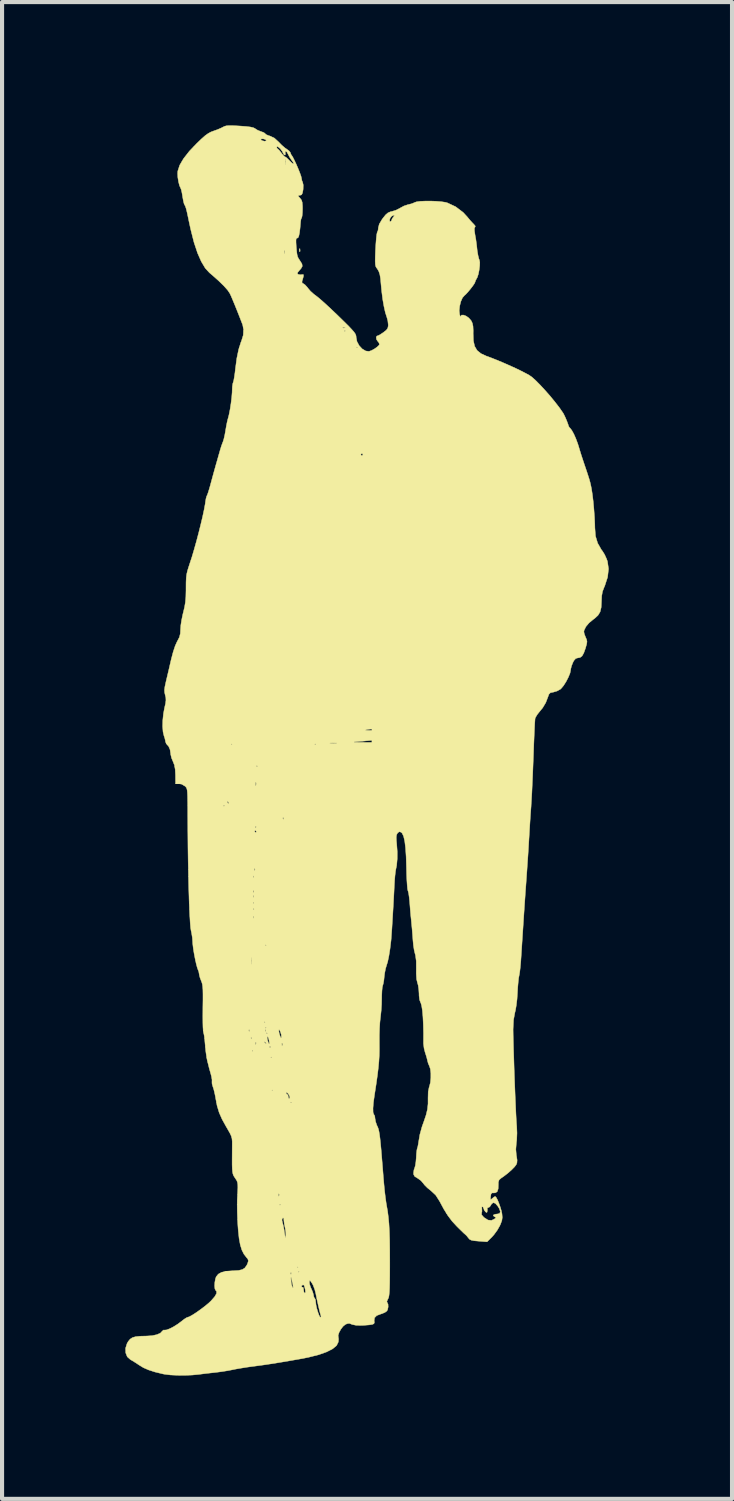
<source format=kicad_pcb>
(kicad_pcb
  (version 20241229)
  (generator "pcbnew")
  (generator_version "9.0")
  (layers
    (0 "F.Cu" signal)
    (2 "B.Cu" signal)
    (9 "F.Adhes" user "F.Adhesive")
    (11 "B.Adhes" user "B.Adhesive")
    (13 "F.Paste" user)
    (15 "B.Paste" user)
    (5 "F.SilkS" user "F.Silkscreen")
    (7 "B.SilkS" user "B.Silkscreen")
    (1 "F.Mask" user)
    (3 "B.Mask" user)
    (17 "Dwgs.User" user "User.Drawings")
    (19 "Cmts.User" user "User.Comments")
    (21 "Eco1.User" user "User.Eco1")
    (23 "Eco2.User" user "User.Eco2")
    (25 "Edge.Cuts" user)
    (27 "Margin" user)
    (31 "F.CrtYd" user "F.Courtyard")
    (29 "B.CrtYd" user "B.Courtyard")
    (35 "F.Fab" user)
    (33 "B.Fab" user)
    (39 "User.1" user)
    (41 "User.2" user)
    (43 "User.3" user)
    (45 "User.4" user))
  (footprint "med2"
    (layer "F.Cu")
    (at 4.871 14.8)
    (property "Reference" "med2" (at 0 0 0) (layer "F.SilkS") (effects (font (size 1.524 1.524) (thickness 0.3))))
    (attr through_hole)
    (fp_poly (pts (xy -0.624 -11.798) (xy -0.62 -11.743) (xy -0.624 -11.731) (xy -0.634 -11.727) (xy -0.637 -11.764) (xy -0.633 -11.802) (xy -0.624 -11.798)) (stroke (width 0.01) (type solid)) (fill yes) (layer "F.SilkS"))
    (fp_poly (pts (xy -2.257 -14.794) (xy -2.124 -14.787) (xy -2.091 -14.785) (xy -1.938 -14.774) (xy -1.831 -14.761) (xy -1.76 -14.745) (xy -1.718 -14.725) (xy -1.713 -14.72) (xy -1.654 -14.683) (xy -1.575 -14.651) (xy -1.567 -14.649) (xy -1.505 -14.626) (xy -1.472 -14.603) (xy -1.471 -14.598) (xy -1.447 -14.577) (xy -1.389 -14.552) (xy -1.358 -14.543) (xy -1.246 -14.491) (xy -1.143 -14.397) (xy -1.068 -14.32) (xy -0.988 -14.251) (xy -0.948 -14.224) (xy -0.89 -14.18) (xy -0.858 -14.142) (xy -0.856 -14.134) (xy -0.838 -14.087) (xy -0.826 -14.072) (xy -0.799 -14.03) (xy -0.76 -13.953) (xy -0.714 -13.855) (xy -0.668 -13.748) (xy -0.628 -13.648) (xy -0.599 -13.568) (xy -0.588 -13.522) (xy -0.576 -13.457) (xy -0.559 -13.418) (xy -0.544 -13.352) (xy -0.546 -13.255) (xy -0.548 -13.232) (xy -0.564 -13.151) (xy -0.585 -13.111) (xy -0.617 -13.101) (xy -0.66 -13.095) (xy -0.661 -13.073) (xy -0.62 -13.026) (xy -0.615 -13.021) (xy -0.586 -12.982) (xy -0.569 -12.927) (xy -0.562 -12.842) (xy -0.561 -12.771) (xy -0.564 -12.673) (xy -0.571 -12.597) (xy -0.58 -12.557) (xy -0.582 -12.555) (xy -0.599 -12.516) (xy -0.607 -12.464) (xy -0.621 -12.301) (xy -0.635 -12.185) (xy -0.651 -12.11) (xy -0.668 -12.07) (xy -0.689 -12.058) (xy -0.71 -12.05) (xy -0.72 -12.019) (xy -0.72 -11.954) (xy -0.715 -11.864) (xy -0.705 -11.745) (xy -0.695 -11.665) (xy -0.682 -11.609) (xy -0.661 -11.564) (xy -0.629 -11.516) (xy -0.622 -11.505) (xy -0.575 -11.43) (xy -0.567 -11.373) (xy -0.598 -11.317) (xy -0.635 -11.276) (xy -0.679 -11.223) (xy -0.685 -11.192) (xy -0.672 -11.178) (xy -0.618 -11.166) (xy -0.581 -11.17) (xy -0.543 -11.173) (xy -0.537 -11.142) (xy -0.541 -11.12) (xy -0.56 -11.05) (xy -0.573 -11.011) (xy -0.572 -10.968) (xy -0.543 -10.951) (xy -0.499 -10.92) (xy -0.445 -10.861) (xy -0.429 -10.839) (xy -0.368 -10.767) (xy -0.284 -10.692) (xy -0.235 -10.656) (xy -0.178 -10.611) (xy -0.09 -10.536) (xy 0.02 -10.437) (xy 0.144 -10.321) (xy 0.276 -10.196) (xy 0.318 -10.155) (xy 0.457 -10.019) (xy 0.563 -9.914) (xy 0.638 -9.834) (xy 0.69 -9.775) (xy 0.721 -9.73) (xy 0.737 -9.694) (xy 0.743 -9.661) (xy 0.743 -9.646) (xy 0.763 -9.542) (xy 0.816 -9.443) (xy 0.89 -9.363) (xy 0.976 -9.312) (xy 1.054 -9.302) (xy 1.114 -9.322) (xy 1.186 -9.361) (xy 1.253 -9.408) (xy 1.299 -9.452) (xy 1.31 -9.475) (xy 1.291 -9.522) (xy 1.27 -9.545) (xy 1.24 -9.589) (xy 1.231 -9.639) (xy 1.244 -9.674) (xy 1.259 -9.679) (xy 1.296 -9.693) (xy 1.358 -9.731) (xy 1.406 -9.763) (xy 1.476 -9.818) (xy 1.511 -9.864) (xy 1.523 -9.919) (xy 1.524 -9.951) (xy 1.513 -10.05) (xy 1.486 -10.146) (xy 1.484 -10.15) (xy 1.452 -10.251) (xy 1.42 -10.394) (xy 1.39 -10.564) (xy 1.366 -10.75) (xy 1.348 -10.934) (xy 1.336 -11.073) (xy 1.319 -11.173) (xy 1.294 -11.248) (xy 1.257 -11.312) (xy 1.233 -11.342) (xy 1.219 -11.371) (xy 1.21 -11.42) (xy 1.206 -11.497) (xy 1.208 -11.611) (xy 1.214 -11.769) (xy 1.215 -11.783) (xy 1.223 -11.924) (xy 1.233 -12.047) (xy 1.243 -12.14) (xy 1.254 -12.195) (xy 1.258 -12.204) (xy 1.276 -12.247) (xy 1.283 -12.312) (xy 1.306 -12.4) (xy 1.364 -12.497) (xy 1.555 -12.497) (xy 1.561 -12.465) (xy 1.577 -12.459) (xy 1.603 -12.48) (xy 1.604 -12.491) (xy 1.621 -12.534) (xy 1.647 -12.569) (xy 1.674 -12.603) (xy 1.663 -12.611) (xy 1.642 -12.609) (xy 1.602 -12.587) (xy 1.571 -12.544) (xy 1.555 -12.497) (xy 1.364 -12.497) (xy 1.375 -12.516) (xy 1.393 -12.54) (xy 1.46 -12.624) (xy 1.516 -12.672) (xy 1.575 -12.698) (xy 1.611 -12.706) (xy 1.707 -12.735) (xy 1.802 -12.782) (xy 1.816 -12.791) (xy 1.905 -12.839) (xy 2.003 -12.872) (xy 2.019 -12.875) (xy 2.097 -12.895) (xy 2.155 -12.919) (xy 2.163 -12.924) (xy 2.213 -12.941) (xy 2.302 -12.953) (xy 2.42 -12.958) (xy 2.553 -12.959) (xy 2.688 -12.954) (xy 2.812 -12.944) (xy 2.914 -12.929) (xy 2.959 -12.917) (xy 3.164 -12.821) (xy 3.346 -12.683) (xy 3.444 -12.577) (xy 3.51 -12.497) (xy 3.572 -12.429) (xy 3.606 -12.394) (xy 3.643 -12.349) (xy 3.634 -12.325) (xy 3.62 -12.297) (xy 3.621 -12.235) (xy 3.636 -12.135) (xy 3.655 -12.029) (xy 3.669 -11.928) (xy 3.676 -11.871) (xy 3.689 -11.749) (xy 3.708 -11.638) (xy 3.729 -11.554) (xy 3.741 -11.524) (xy 3.751 -11.468) (xy 3.748 -11.38) (xy 3.735 -11.277) (xy 3.715 -11.179) (xy 3.69 -11.102) (xy 3.679 -11.083) (xy 3.648 -11.025) (xy 3.636 -10.987) (xy 3.62 -10.952) (xy 3.578 -10.891) (xy 3.522 -10.818) (xy 3.462 -10.746) (xy 3.408 -10.688) (xy 3.376 -10.66) (xy 3.329 -10.605) (xy 3.289 -10.514) (xy 3.262 -10.405) (xy 3.25 -10.295) (xy 3.26 -10.202) (xy 3.261 -10.197) (xy 3.277 -10.154) (xy 3.286 -10.151) (xy 3.286 -10.153) (xy 3.307 -10.185) (xy 3.355 -10.186) (xy 3.418 -10.162) (xy 3.482 -10.117) (xy 3.536 -10.056) (xy 3.544 -10.044) (xy 3.571 -9.986) (xy 3.586 -9.914) (xy 3.591 -9.814) (xy 3.59 -9.735) (xy 3.596 -9.56) (xy 3.626 -9.427) (xy 3.685 -9.326) (xy 3.779 -9.249) (xy 3.913 -9.187) (xy 3.944 -9.177) (xy 4.037 -9.142) (xy 4.16 -9.093) (xy 4.295 -9.037) (xy 4.385 -8.998) (xy 4.526 -8.935) (xy 4.638 -8.884) (xy 4.741 -8.834) (xy 4.856 -8.775) (xy 4.948 -8.726) (xy 5.017 -8.678) (xy 5.111 -8.594) (xy 5.221 -8.483) (xy 5.341 -8.353) (xy 5.464 -8.213) (xy 5.581 -8.07) (xy 5.687 -7.933) (xy 5.773 -7.809) (xy 5.781 -7.797) (xy 5.806 -7.749) (xy 5.84 -7.676) (xy 5.873 -7.596) (xy 5.898 -7.529) (xy 5.909 -7.491) (xy 5.909 -7.491) (xy 5.927 -7.455) (xy 5.95 -7.432) (xy 5.99 -7.38) (xy 6.039 -7.291) (xy 6.089 -7.178) (xy 6.135 -7.054) (xy 6.16 -6.974) (xy 6.186 -6.887) (xy 6.223 -6.768) (xy 6.267 -6.635) (xy 6.295 -6.551) (xy 6.348 -6.395) (xy 6.386 -6.279) (xy 6.414 -6.191) (xy 6.434 -6.119) (xy 6.45 -6.051) (xy 6.465 -5.977) (xy 6.468 -5.962) (xy 6.489 -5.827) (xy 6.51 -5.656) (xy 6.527 -5.466) (xy 6.541 -5.275) (xy 6.549 -5.101) (xy 6.551 -5.01) (xy 6.566 -4.809) (xy 6.618 -4.637) (xy 6.709 -4.477) (xy 6.739 -4.438) (xy 6.789 -4.356) (xy 6.836 -4.252) (xy 6.857 -4.192) (xy 6.883 -4.01) (xy 6.86 -3.81) (xy 6.791 -3.597) (xy 6.775 -3.562) (xy 6.736 -3.459) (xy 6.717 -3.353) (xy 6.711 -3.22) (xy 6.704 -3.074) (xy 6.678 -2.965) (xy 6.626 -2.88) (xy 6.543 -2.804) (xy 6.508 -2.779) (xy 6.409 -2.697) (xy 6.333 -2.606) (xy 6.29 -2.52) (xy 6.283 -2.481) (xy 6.294 -2.427) (xy 6.322 -2.355) (xy 6.328 -2.341) (xy 6.351 -2.286) (xy 6.359 -2.239) (xy 6.35 -2.18) (xy 6.325 -2.091) (xy 6.323 -2.083) (xy 6.281 -1.965) (xy 6.24 -1.892) (xy 6.192 -1.855) (xy 6.135 -1.845) (xy 6.086 -1.831) (xy 6.043 -1.783) (xy 6.016 -1.733) (xy 5.983 -1.65) (xy 5.964 -1.575) (xy 5.962 -1.555) (xy 5.947 -1.477) (xy 5.906 -1.376) (xy 5.85 -1.267) (xy 5.787 -1.168) (xy 5.727 -1.097) (xy 5.713 -1.084) (xy 5.631 -1.039) (xy 5.544 -1.013) (xy 5.535 -1.011) (xy 5.469 -0.998) (xy 5.433 -0.961) (xy 5.414 -0.909) (xy 5.356 -0.757) (xy 5.281 -0.631) (xy 5.209 -0.543) (xy 5.15 -0.469) (xy 5.109 -0.401) (xy 5.096 -0.369) (xy 5.093 -0.328) (xy 5.087 -0.24) (xy 5.081 -0.113) (xy 5.074 0.047) (xy 5.066 0.232) (xy 5.059 0.436) (xy 5.055 0.548) (xy 5.046 0.778) (xy 5.037 1.009) (xy 5.027 1.231) (xy 5.018 1.433) (xy 5.008 1.606) (xy 5 1.738) (xy 4.999 1.765) (xy 4.987 1.927) (xy 4.974 2.121) (xy 4.961 2.326) (xy 4.95 2.519) (xy 4.947 2.567) (xy 4.936 2.755) (xy 4.923 2.962) (xy 4.909 3.165) (xy 4.897 3.344) (xy 4.894 3.382) (xy 4.878 3.614) (xy 4.859 3.875) (xy 4.84 4.152) (xy 4.821 4.434) (xy 4.803 4.71) (xy 4.786 4.969) (xy 4.771 5.198) (xy 4.759 5.386) (xy 4.758 5.401) (xy 4.748 5.548) (xy 4.736 5.683) (xy 4.723 5.794) (xy 4.711 5.869) (xy 4.708 5.882) (xy 4.696 5.946) (xy 4.685 6.049) (xy 4.674 6.175) (xy 4.667 6.297) (xy 4.657 6.457) (xy 4.639 6.608) (xy 4.618 6.732) (xy 4.606 6.778) (xy 4.572 6.961) (xy 4.561 7.19) (xy 4.561 7.192) (xy 4.563 7.322) (xy 4.567 7.488) (xy 4.572 7.683) (xy 4.579 7.899) (xy 4.586 8.129) (xy 4.594 8.364) (xy 4.603 8.599) (xy 4.612 8.824) (xy 4.621 9.032) (xy 4.629 9.217) (xy 4.637 9.37) (xy 4.644 9.483) (xy 4.649 9.545) (xy 4.656 9.713) (xy 4.649 9.886) (xy 4.642 9.939) (xy 4.628 10.109) (xy 4.64 10.253) (xy 4.644 10.274) (xy 4.659 10.372) (xy 4.654 10.44) (xy 4.638 10.481) (xy 4.596 10.537) (xy 4.522 10.612) (xy 4.43 10.693) (xy 4.331 10.769) (xy 4.271 10.81) (xy 4.221 10.853) (xy 4.202 10.91) (xy 4.202 10.956) (xy 4.198 11.071) (xy 4.174 11.141) (xy 4.127 11.169) (xy 4.095 11.17) (xy 4.047 11.171) (xy 4.024 11.199) (xy 4.015 11.256) (xy 4.011 11.316) (xy 4.02 11.331) (xy 4.05 11.309) (xy 4.057 11.302) (xy 4.102 11.267) (xy 4.127 11.256) (xy 4.15 11.28) (xy 4.183 11.341) (xy 4.218 11.427) (xy 4.252 11.524) (xy 4.279 11.618) (xy 4.291 11.68) (xy 4.298 11.767) (xy 4.288 11.841) (xy 4.257 11.926) (xy 4.237 11.97) (xy 4.175 12.079) (xy 4.095 12.188) (xy 4.046 12.243) (xy 3.928 12.36) (xy 3.722 12.344) (xy 3.613 12.334) (xy 3.544 12.32) (xy 3.502 12.299) (xy 3.476 12.269) (xy 3.431 12.212) (xy 3.397 12.18) (xy 3.361 12.149) (xy 3.3 12.09) (xy 3.223 12.014) (xy 3.191 11.982) (xy 3.076 11.857) (xy 2.975 11.723) (xy 2.937 11.662) (xy 3.793 11.662) (xy 3.796 11.703) (xy 3.847 11.761) (xy 3.857 11.77) (xy 3.951 11.83) (xy 4.035 11.839) (xy 4.106 11.806) (xy 4.141 11.776) (xy 4.133 11.759) (xy 4.111 11.75) (xy 4.077 11.725) (xy 4.09 11.701) (xy 4.14 11.686) (xy 4.173 11.684) (xy 4.233 11.67) (xy 4.251 11.626) (xy 4.225 11.551) (xy 4.19 11.494) (xy 4.13 11.425) (xy 4.078 11.407) (xy 4.035 11.442) (xy 4.024 11.463) (xy 3.992 11.51) (xy 3.964 11.524) (xy 3.935 11.536) (xy 3.933 11.544) (xy 3.935 11.585) (xy 3.933 11.614) (xy 3.924 11.648) (xy 3.895 11.635) (xy 3.89 11.631) (xy 3.856 11.586) (xy 3.85 11.562) (xy 3.83 11.517) (xy 3.819 11.508) (xy 3.799 11.51) (xy 3.802 11.558) (xy 3.804 11.623) (xy 3.793 11.662) (xy 2.937 11.662) (xy 2.877 11.566) (xy 2.773 11.373) (xy 2.767 11.363) (xy 2.678 11.224) (xy 2.565 11.119) (xy 2.558 11.113) (xy 2.476 11.047) (xy 2.406 10.977) (xy 2.377 10.938) (xy 2.317 10.869) (xy 2.239 10.813) (xy 2.233 10.81) (xy 2.168 10.77) (xy 2.142 10.723) (xy 2.139 10.688) (xy 2.149 10.611) (xy 2.168 10.557) (xy 2.183 10.504) (xy 2.196 10.417) (xy 2.205 10.312) (xy 2.205 10.307) (xy 2.211 10.208) (xy 2.22 10.129) (xy 2.229 10.086) (xy 2.23 10.085) (xy 2.243 10.043) (xy 2.256 9.972) (xy 2.26 9.944) (xy 2.293 9.75) (xy 2.345 9.561) (xy 2.389 9.438) (xy 2.444 9.276) (xy 2.477 9.139) (xy 2.492 9.003) (xy 2.492 8.861) (xy 2.496 8.708) (xy 2.52 8.591) (xy 2.526 8.575) (xy 2.549 8.487) (xy 2.56 8.374) (xy 2.56 8.257) (xy 2.548 8.154) (xy 2.525 8.086) (xy 2.495 8.016) (xy 2.478 7.952) (xy 2.46 7.877) (xy 2.432 7.785) (xy 2.422 7.757) (xy 2.395 7.652) (xy 2.381 7.539) (xy 2.381 7.516) (xy 2.382 7.287) (xy 2.377 7.077) (xy 2.368 6.891) (xy 2.355 6.737) (xy 2.337 6.621) (xy 2.317 6.55) (xy 2.311 6.54) (xy 2.287 6.476) (xy 2.274 6.376) (xy 2.273 6.321) (xy 2.266 6.215) (xy 2.251 6.116) (xy 2.236 6.066) (xy 2.214 5.974) (xy 2.205 5.834) (xy 2.206 5.722) (xy 2.205 5.529) (xy 2.186 5.387) (xy 2.175 5.349) (xy 2.154 5.261) (xy 2.136 5.144) (xy 2.125 5.028) (xy 2.116 4.904) (xy 2.104 4.754) (xy 2.09 4.607) (xy 2.087 4.572) (xy 2.072 4.425) (xy 2.058 4.264) (xy 2.047 4.12) (xy 2.045 4.093) (xy 2.034 3.983) (xy 2.021 3.889) (xy 2.006 3.827) (xy 2.002 3.818) (xy 1.993 3.776) (xy 1.985 3.689) (xy 1.977 3.568) (xy 1.971 3.421) (xy 1.967 3.258) (xy 1.967 3.253) (xy 1.959 2.991) (xy 1.945 2.779) (xy 1.925 2.615) (xy 1.898 2.497) (xy 1.863 2.422) (xy 1.835 2.395) (xy 1.791 2.383) (xy 1.752 2.414) (xy 1.748 2.42) (xy 1.727 2.459) (xy 1.719 2.515) (xy 1.722 2.601) (xy 1.729 2.674) (xy 1.743 2.867) (xy 1.742 3.049) (xy 1.728 3.206) (xy 1.711 3.288) (xy 1.7 3.352) (xy 1.688 3.455) (xy 1.678 3.581) (xy 1.671 3.703) (xy 1.664 3.85) (xy 1.655 4.02) (xy 1.645 4.205) (xy 1.634 4.392) (xy 1.623 4.574) (xy 1.613 4.739) (xy 1.603 4.878) (xy 1.596 4.981) (xy 1.592 5.027) (xy 1.567 5.234) (xy 1.539 5.41) (xy 1.51 5.547) (xy 1.483 5.634) (xy 1.458 5.717) (xy 1.437 5.826) (xy 1.427 5.906) (xy 1.417 6.003) (xy 1.402 6.084) (xy 1.39 6.124) (xy 1.379 6.17) (xy 1.371 6.255) (xy 1.366 6.365) (xy 1.365 6.434) (xy 1.362 6.58) (xy 1.352 6.737) (xy 1.337 6.877) (xy 1.333 6.911) (xy 1.321 7.021) (xy 1.312 7.167) (xy 1.307 7.333) (xy 1.307 7.5) (xy 1.307 7.526) (xy 1.308 7.684) (xy 1.305 7.832) (xy 1.296 7.98) (xy 1.281 8.139) (xy 1.259 8.319) (xy 1.229 8.531) (xy 1.19 8.783) (xy 1.164 8.968) (xy 1.153 9.111) (xy 1.155 9.21) (xy 1.172 9.26) (xy 1.176 9.264) (xy 1.196 9.3) (xy 1.203 9.361) (xy 1.216 9.436) (xy 1.246 9.524) (xy 1.256 9.544) (xy 1.272 9.579) (xy 1.286 9.621) (xy 1.299 9.677) (xy 1.311 9.75) (xy 1.324 9.846) (xy 1.337 9.971) (xy 1.352 10.13) (xy 1.368 10.328) (xy 1.388 10.57) (xy 1.404 10.775) (xy 1.419 10.95) (xy 1.436 11.125) (xy 1.455 11.283) (xy 1.473 11.413) (xy 1.485 11.483) (xy 1.508 11.614) (xy 1.526 11.755) (xy 1.541 11.914) (xy 1.551 12.096) (xy 1.558 12.31) (xy 1.561 12.562) (xy 1.562 12.859) (xy 1.562 12.959) (xy 1.561 13.18) (xy 1.559 13.354) (xy 1.556 13.487) (xy 1.551 13.585) (xy 1.544 13.656) (xy 1.536 13.704) (xy 1.524 13.737) (xy 1.515 13.753) (xy 1.49 13.809) (xy 1.498 13.836) (xy 1.519 13.877) (xy 1.522 13.943) (xy 1.508 14.011) (xy 1.491 14.043) (xy 1.444 14.077) (xy 1.371 14.108) (xy 1.347 14.115) (xy 1.244 14.154) (xy 1.191 14.208) (xy 1.181 14.28) (xy 1.183 14.291) (xy 1.186 14.328) (xy 1.174 14.353) (xy 1.138 14.369) (xy 1.07 14.38) (xy 0.96 14.389) (xy 0.896 14.393) (xy 0.746 14.392) (xy 0.646 14.371) (xy 0.635 14.366) (xy 0.576 14.344) (xy 0.523 14.352) (xy 0.479 14.372) (xy 0.424 14.417) (xy 0.371 14.487) (xy 0.328 14.565) (xy 0.305 14.636) (xy 0.309 14.681) (xy 0.316 14.724) (xy 0.31 14.792) (xy 0.31 14.796) (xy 0.267 14.883) (xy 0.172 14.963) (xy 0.026 15.038) (xy -0.168 15.107) (xy -0.41 15.168) (xy -0.561 15.199) (xy -0.881 15.255) (xy -1.19 15.307) (xy -1.475 15.351) (xy -1.725 15.385) (xy -1.765 15.39) (xy -1.911 15.41) (xy -2.06 15.434) (xy -2.192 15.457) (xy -2.259 15.471) (xy -2.382 15.495) (xy -2.527 15.518) (xy -2.665 15.536) (xy -2.674 15.537) (xy -2.81 15.552) (xy -2.956 15.569) (xy -3.081 15.585) (xy -3.088 15.586) (xy -3.245 15.601) (xy -3.423 15.608) (xy -3.606 15.607) (xy -3.775 15.599) (xy -3.914 15.582) (xy -3.957 15.574) (xy -4.154 15.526) (xy -4.308 15.476) (xy -4.432 15.422) (xy -4.532 15.361) (xy -4.621 15.302) (xy -4.707 15.249) (xy -4.75 15.224) (xy -4.825 15.157) (xy -4.863 15.061) (xy -4.866 14.948) (xy -4.83 14.833) (xy -4.801 14.782) (xy -4.755 14.727) (xy -4.699 14.69) (xy -4.622 14.667) (xy -4.513 14.656) (xy -4.362 14.652) (xy -4.355 14.652) (xy -4.219 14.643) (xy -4.102 14.617) (xy -4.017 14.579) (xy -3.975 14.533) (xy -3.942 14.505) (xy -3.921 14.507) (xy -3.871 14.503) (xy -3.791 14.473) (xy -3.694 14.423) (xy -3.593 14.359) (xy -3.505 14.293) (xy -3.437 14.24) (xy -3.382 14.205) (xy -3.36 14.197) (xy -3.313 14.181) (xy -3.236 14.138) (xy -3.14 14.076) (xy -3.035 14.001) (xy -2.932 13.923) (xy -2.841 13.847) (xy -2.787 13.796) (xy -2.697 13.693) (xy -2.653 13.616) (xy -2.653 13.563) (xy -2.674 13.542) (xy -2.693 13.504) (xy -2.7 13.432) (xy -2.695 13.345) (xy -2.68 13.261) (xy -2.666 13.221) (xy -0.846 13.221) (xy -0.844 13.273) (xy -0.842 13.297) (xy -0.826 13.408) (xy -0.805 13.466) (xy -0.79 13.475) (xy -0.789 13.452) (xy -0.789 13.452) (xy -0.588 13.452) (xy -0.572 13.466) (xy -0.561 13.462) (xy -0.543 13.472) (xy -0.535 13.524) (xy -0.535 13.527) (xy -0.527 13.584) (xy -0.507 13.609) (xy -0.506 13.609) (xy -0.489 13.586) (xy -0.496 13.522) (xy -0.512 13.456) (xy -0.526 13.416) (xy -0.526 13.415) (xy -0.553 13.406) (xy -0.581 13.428) (xy -0.588 13.452) (xy -0.789 13.452) (xy -0.799 13.395) (xy -0.803 13.375) (xy -0.812 13.333) (xy -0.396 13.333) (xy -0.389 13.392) (xy -0.362 13.471) (xy -0.349 13.499) (xy -0.315 13.577) (xy -0.296 13.643) (xy -0.294 13.66) (xy -0.282 13.712) (xy -0.267 13.729) (xy -0.248 13.766) (xy -0.241 13.823) (xy -0.233 13.892) (xy -0.215 13.978) (xy -0.189 14.066) (xy -0.162 14.141) (xy -0.137 14.189) (xy -0.125 14.197) (xy -0.11 14.178) (xy -0.113 14.164) (xy -0.13 14.107) (xy -0.154 14.013) (xy -0.18 13.898) (xy -0.207 13.778) (xy -0.23 13.667) (xy -0.237 13.627) (xy -0.264 13.521) (xy -0.302 13.42) (xy -0.327 13.373) (xy -0.365 13.316) (xy -0.385 13.3) (xy -0.394 13.322) (xy -0.396 13.333) (xy -0.812 13.333) (xy -0.826 13.272) (xy -0.84 13.221) (xy -0.846 13.221) (xy -2.666 13.221) (xy -2.662 13.21) (xy -2.611 13.146) (xy -2.579 13.128) (xy -0.856 13.128) (xy -0.846 13.15) (xy -0.838 13.146) (xy -0.835 13.114) (xy -0.838 13.11) (xy -0.854 13.114) (xy -0.856 13.128) (xy -2.579 13.128) (xy -2.533 13.102) (xy -2.471 13.088) (xy -0.668 13.088) (xy -0.655 13.101) (xy -0.642 13.088) (xy -0.655 13.074) (xy -0.668 13.088) (xy -2.471 13.088) (xy -2.42 13.076) (xy -2.263 13.064) (xy -2.249 13.064) (xy -2.116 13.056) (xy -2.025 13.034) (xy -1.962 12.993) (xy -1.954 12.981) (xy -0.695 12.981) (xy -0.682 12.994) (xy -0.668 12.981) (xy -0.682 12.967) (xy -0.695 12.981) (xy -1.954 12.981) (xy -1.916 12.926) (xy -1.897 12.884) (xy -1.879 12.823) (xy -1.892 12.779) (xy -1.92 12.746) (xy -1.986 12.661) (xy -2.037 12.56) (xy -2.076 12.434) (xy -2.105 12.275) (xy -2.126 12.075) (xy -2.134 11.965) (xy -2.142 11.825) (xy -1.063 11.825) (xy -1.048 11.895) (xy -1.047 11.896) (xy -1.028 11.968) (xy -1.009 12.068) (xy -0.998 12.145) (xy -0.986 12.229) (xy -0.977 12.262) (xy -0.971 12.249) (xy -0.967 12.221) (xy -0.969 12.134) (xy -0.982 12.036) (xy -0.987 12.015) (xy -1.006 11.925) (xy -1.015 11.843) (xy -1.016 11.827) (xy -1.021 11.779) (xy -1.04 11.778) (xy -1.046 11.784) (xy -1.063 11.825) (xy -2.142 11.825) (xy -2.143 11.797) (xy -2.149 11.626) (xy -2.151 11.47) (xy -2.151 11.457) (xy -1.123 11.457) (xy -1.11 11.47) (xy -1.096 11.457) (xy -1.11 11.443) (xy -1.123 11.457) (xy -2.151 11.457) (xy -2.15 11.345) (xy -2.148 11.31) (xy -2.143 11.214) (xy -1.148 11.214) (xy -1.143 11.249) (xy -1.134 11.249) (xy -1.127 11.213) (xy -1.131 11.198) (xy -1.143 11.188) (xy -1.148 11.214) (xy -2.143 11.214) (xy -2.14 11.157) (xy -2.135 11.048) (xy -2.136 10.971) (xy -2.144 10.917) (xy -2.159 10.875) (xy -2.184 10.834) (xy -2.202 10.808) (xy -2.225 10.773) (xy -2.243 10.741) (xy -2.256 10.702) (xy -2.265 10.652) (xy -2.271 10.581) (xy -2.274 10.485) (xy -2.274 10.355) (xy -2.273 10.184) (xy -2.272 10.004) (xy -2.272 9.916) (xy -2.278 9.849) (xy -2.295 9.787) (xy -2.327 9.718) (xy -2.38 9.625) (xy -2.419 9.558) (xy -2.518 9.379) (xy -2.589 9.218) (xy -2.639 9.053) (xy -2.655 8.97) (xy -0.856 8.97) (xy -0.842 8.984) (xy -0.829 8.97) (xy -0.842 8.957) (xy -0.856 8.97) (xy -2.655 8.97) (xy -2.676 8.861) (xy -2.677 8.851) (xy -2.698 8.745) (xy -2.699 8.74) (xy -0.963 8.74) (xy -0.944 8.768) (xy -0.936 8.77) (xy -0.914 8.792) (xy -0.909 8.823) (xy -0.899 8.867) (xy -0.885 8.877) (xy -0.871 8.855) (xy -0.874 8.824) (xy -0.896 8.777) (xy -0.926 8.74) (xy -0.952 8.724) (xy -0.963 8.74) (xy -2.699 8.74) (xy -2.715 8.676) (xy -1.31 8.676) (xy -1.297 8.689) (xy -1.283 8.676) (xy -1.297 8.663) (xy -1.31 8.676) (xy -2.715 8.676) (xy -2.722 8.646) (xy -2.741 8.59) (xy -2.762 8.52) (xy -2.765 8.467) (xy -2.764 8.463) (xy -2.763 8.418) (xy -2.776 8.341) (xy -2.794 8.27) (xy -2.818 8.187) (xy -2.834 8.128) (xy -2.839 8.109) (xy -2.845 8.082) (xy -2.861 8.019) (xy -2.876 7.963) (xy -2.894 7.874) (xy -1.337 7.874) (xy -1.323 7.887) (xy -1.31 7.874) (xy -1.323 7.861) (xy -1.337 7.874) (xy -2.894 7.874) (xy -2.894 7.871) (xy -2.912 7.748) (xy -2.916 7.714) (xy -1.791 7.714) (xy -1.778 7.727) (xy -1.765 7.714) (xy -1.778 7.7) (xy -1.791 7.714) (xy -2.916 7.714) (xy -2.926 7.62) (xy -1.364 7.62) (xy -1.354 7.642) (xy -1.346 7.638) (xy -1.343 7.606) (xy -1.346 7.602) (xy -1.362 7.606) (xy -1.364 7.62) (xy -2.926 7.62) (xy -2.926 7.614) (xy -2.93 7.568) (xy -2.934 7.524) (xy -1.709 7.524) (xy -1.704 7.559) (xy -1.695 7.559) (xy -1.694 7.551) (xy -1.067 7.551) (xy -1.062 7.586) (xy -1.053 7.586) (xy -1.047 7.55) (xy -1.051 7.535) (xy -1.063 7.525) (xy -1.067 7.551) (xy -1.694 7.551) (xy -1.689 7.524) (xy -1.693 7.508) (xy -1.705 7.498) (xy -1.709 7.524) (xy -2.934 7.524) (xy -2.937 7.494) (xy -1.493 7.494) (xy -1.486 7.509) (xy -1.46 7.538) (xy -1.444 7.532) (xy -1.444 7.528) (xy -1.463 7.505) (xy -1.475 7.497) (xy -1.493 7.494) (xy -2.937 7.494) (xy -2.94 7.452) (xy -2.946 7.406) (xy -1.818 7.406) (xy -1.808 7.428) (xy -1.8 7.424) (xy -1.798 7.396) (xy -1.422 7.396) (xy -1.411 7.457) (xy -1.407 7.471) (xy -1.383 7.536) (xy -1.369 7.55) (xy -1.368 7.515) (xy -1.378 7.449) (xy -1.395 7.39) (xy -1.412 7.365) (xy -1.416 7.365) (xy -1.422 7.396) (xy -1.798 7.396) (xy -1.797 7.392) (xy -1.8 7.388) (xy -1.816 7.392) (xy -1.818 7.406) (xy -2.946 7.406) (xy -2.952 7.353) (xy -2.965 7.286) (xy -1.444 7.286) (xy -1.43 7.299) (xy -1.417 7.286) (xy -1.43 7.272) (xy -1.444 7.286) (xy -2.965 7.286) (xy -2.965 7.286) (xy -2.971 7.268) (xy -2.978 7.228) (xy -2.978 7.219) (xy -1.872 7.219) (xy -1.862 7.241) (xy -1.854 7.237) (xy -1.852 7.219) (xy -1.471 7.219) (xy -1.461 7.241) (xy -1.453 7.237) (xy -1.452 7.231) (xy -1.139 7.231) (xy -1.126 7.296) (xy -1.117 7.325) (xy -1.094 7.387) (xy -1.079 7.399) (xy -1.075 7.387) (xy -1.078 7.325) (xy -1.096 7.26) (xy -1.121 7.206) (xy -1.136 7.199) (xy -1.139 7.231) (xy -1.452 7.231) (xy -1.45 7.205) (xy -1.453 7.201) (xy -1.469 7.205) (xy -1.471 7.219) (xy -1.852 7.219) (xy -1.851 7.205) (xy -1.854 7.201) (xy -1.87 7.205) (xy -1.872 7.219) (xy -2.978 7.219) (xy -2.982 7.152) (xy -1.471 7.152) (xy -1.457 7.165) (xy -1.444 7.152) (xy -1.457 7.139) (xy -1.471 7.152) (xy -2.982 7.152) (xy -2.983 7.144) (xy -2.986 7.024) (xy -2.986 7.018) (xy -1.497 7.018) (xy -1.484 7.032) (xy -1.471 7.018) (xy -1.484 7.005) (xy -1.497 7.018) (xy -2.986 7.018) (xy -2.987 6.877) (xy -2.986 6.711) (xy -2.986 6.672) (xy -2.983 6.482) (xy -2.983 6.337) (xy -2.985 6.229) (xy -2.991 6.15) (xy -2.999 6.092) (xy -3.013 6.045) (xy -3.026 6.012) (xy -3.056 5.933) (xy -3.073 5.866) (xy -3.075 5.851) (xy -3.087 5.783) (xy -3.102 5.748) (xy -3.123 5.689) (xy -3.149 5.592) (xy -3.164 5.521) (xy -1.81 5.521) (xy -1.809 5.585) (xy -1.804 5.608) (xy -1.799 5.595) (xy -1.794 5.522) (xy -1.799 5.461) (xy -1.805 5.443) (xy -1.809 5.472) (xy -1.81 5.521) (xy -3.164 5.521) (xy -3.175 5.471) (xy -3.2 5.341) (xy -3.22 5.217) (xy -3.228 5.147) (xy -1.471 5.147) (xy -1.457 5.16) (xy -1.444 5.147) (xy -1.457 5.133) (xy -1.471 5.147) (xy -3.228 5.147) (xy -3.232 5.113) (xy -3.235 5.061) (xy -3.242 4.963) (xy -3.26 4.849) (xy -3.273 4.79) (xy -3.284 4.722) (xy -3.294 4.605) (xy -3.302 4.465) (xy -1.765 4.465) (xy -1.755 4.487) (xy -1.747 4.483) (xy -1.744 4.451) (xy -1.747 4.447) (xy -1.763 4.451) (xy -1.765 4.465) (xy -3.302 4.465) (xy -3.304 4.443) (xy -3.312 4.265) (xy -1.765 4.265) (xy -1.751 4.278) (xy -1.738 4.265) (xy -1.751 4.251) (xy -1.765 4.265) (xy -3.312 4.265) (xy -3.313 4.241) (xy -3.318 4.117) (xy -1.765 4.117) (xy -1.755 4.139) (xy -1.747 4.135) (xy -1.744 4.104) (xy -1.747 4.1) (xy -1.763 4.103) (xy -1.765 4.117) (xy -3.318 4.117) (xy -3.322 4.004) (xy -3.323 3.957) (xy -1.765 3.957) (xy -1.755 3.979) (xy -1.747 3.975) (xy -1.744 3.943) (xy -1.747 3.939) (xy -1.763 3.943) (xy -1.765 3.957) (xy -3.323 3.957) (xy -3.327 3.835) (xy -1.763 3.835) (xy -1.758 3.869) (xy -1.748 3.87) (xy -1.742 3.834) (xy -1.746 3.818) (xy -1.758 3.808) (xy -1.763 3.835) (xy -3.327 3.835) (xy -3.33 3.735) (xy -3.336 3.476) (xy -1.765 3.476) (xy -1.755 3.498) (xy -1.747 3.494) (xy -1.744 3.462) (xy -1.747 3.458) (xy -1.763 3.462) (xy -1.765 3.476) (xy -3.336 3.476) (xy -3.337 3.44) (xy -3.339 3.3) (xy -1.736 3.3) (xy -1.731 3.334) (xy -1.722 3.335) (xy -1.715 3.299) (xy -1.72 3.284) (xy -1.732 3.273) (xy -1.736 3.3) (xy -3.339 3.3) (xy -3.343 3.123) (xy -3.348 2.788) (xy -3.351 2.44) (xy -3.352 2.369) (xy -1.729 2.369) (xy -1.725 2.38) (xy -1.7 2.405) (xy -1.696 2.406) (xy -1.685 2.386) (xy -1.684 2.38) (xy -1.705 2.354) (xy -1.713 2.353) (xy -1.729 2.369) (xy -3.352 2.369) (xy -3.352 2.273) (xy -1.711 2.273) (xy -1.701 2.295) (xy -1.693 2.29) (xy -1.69 2.259) (xy -1.693 2.255) (xy -1.709 2.258) (xy -1.711 2.273) (xy -3.352 2.273) (xy -3.353 2.083) (xy -3.353 2.059) (xy -1.043 2.059) (xy -1.033 2.081) (xy -1.025 2.077) (xy -1.022 2.045) (xy -1.025 2.041) (xy -1.041 2.045) (xy -1.043 2.059) (xy -3.353 2.059) (xy -3.354 2) (xy -3.354 1.795) (xy -3.355 1.751) (xy -2.487 1.751) (xy -2.473 1.765) (xy -2.46 1.751) (xy -2.473 1.738) (xy -2.487 1.751) (xy -3.355 1.751) (xy -3.356 1.637) (xy -3.356 1.634) (xy -2.399 1.634) (xy -2.393 1.66) (xy -2.391 1.666) (xy -2.37 1.698) (xy -2.358 1.698) (xy -2.361 1.67) (xy -2.376 1.651) (xy -2.399 1.634) (xy -3.356 1.634) (xy -3.358 1.518) (xy -3.362 1.433) (xy -3.368 1.374) (xy -3.377 1.335) (xy -3.39 1.308) (xy -3.407 1.287) (xy -3.416 1.278) (xy -3.503 1.226) (xy -3.563 1.217) (xy -1.706 1.217) (xy -1.703 1.262) (xy -1.695 1.266) (xy -1.694 1.264) (xy -1.688 1.211) (xy -1.693 1.184) (xy -1.701 1.173) (xy -1.706 1.208) (xy -1.706 1.217) (xy -3.563 1.217) (xy -3.65 1.217) (xy -3.652 1.003) (xy -3.659 0.868) (xy -3.673 0.789) (xy -1.684 0.789) (xy -1.671 0.802) (xy -1.658 0.789) (xy -1.671 0.775) (xy -1.684 0.789) (xy -3.673 0.789) (xy -3.676 0.768) (xy -3.709 0.683) (xy -3.712 0.676) (xy -3.748 0.589) (xy -3.768 0.504) (xy -3.77 0.481) (xy -3.784 0.387) (xy -3.82 0.305) (xy -3.859 0.263) (xy -3.865 0.254) (xy -2.299 0.254) (xy -2.286 0.267) (xy -2.273 0.254) (xy -0.267 0.254) (xy -0.254 0.267) (xy -0.241 0.254) (xy -0.254 0.241) (xy -0.267 0.254) (xy -2.273 0.254) (xy -2.286 0.241) (xy -2.299 0.254) (xy -3.865 0.254) (xy -3.878 0.234) (xy -2.154 0.234) (xy -2.128 0.239) (xy -2.093 0.234) (xy -2.093 0.227) (xy 0.097 0.227) (xy 0.127 0.231) (xy 0.187 0.233) (xy 0.253 0.231) (xy 0.278 0.227) (xy 0.261 0.221) (xy 0.174 0.217) (xy 0.114 0.221) (xy 0.097 0.227) (xy -2.093 0.227) (xy -2.093 0.224) (xy -2.128 0.218) (xy -2.144 0.222) (xy -2.154 0.234) (xy -3.878 0.234) (xy -3.884 0.225) (xy -3.892 0.196) (xy -2.023 0.196) (xy -2.019 0.212) (xy -2.005 0.214) (xy -1.988 0.206) (xy 0.575 0.206) (xy 0.956 0.21) (xy 1.107 0.211) (xy 1.213 0.209) (xy 1.281 0.205) (xy 1.319 0.196) (xy 1.335 0.182) (xy 1.337 0.172) (xy 1.328 0.147) (xy 1.291 0.14) (xy 1.216 0.148) (xy 1.135 0.159) (xy 1.02 0.17) (xy 0.892 0.182) (xy 0.835 0.186) (xy 0.575 0.206) (xy -1.988 0.206) (xy -1.983 0.204) (xy -1.987 0.196) (xy -2.019 0.193) (xy -2.023 0.196) (xy -3.892 0.196) (xy -3.895 0.183) (xy -3.912 0.109) (xy -3.932 0.05) (xy -3.955 -0.046) (xy -3.958 -0.09) (xy 0.965 -0.09) (xy 0.983 -0.085) (xy 1.043 -0.082) (xy 1.13 -0.08) (xy 1.132 -0.08) (xy 1.223 -0.084) (xy 1.287 -0.093) (xy 1.31 -0.107) (xy 1.286 -0.115) (xy 1.227 -0.118) (xy 1.147 -0.117) (xy 1.066 -0.111) (xy 1 -0.101) (xy 0.965 -0.09) (xy -3.958 -0.09) (xy -3.965 -0.177) (xy -3.961 -0.329) (xy -3.945 -0.486) (xy -3.92 -0.622) (xy -3.894 -0.735) (xy -3.884 -0.815) (xy -3.887 -0.879) (xy -3.902 -0.94) (xy -3.916 -1.002) (xy -3.92 -1.065) (xy -3.91 -1.143) (xy -3.886 -1.254) (xy -3.88 -1.28) (xy -3.85 -1.407) (xy -3.813 -1.562) (xy -3.776 -1.723) (xy -3.754 -1.818) (xy -3.708 -1.991) (xy -3.66 -2.137) (xy -3.612 -2.243) (xy -3.606 -2.253) (xy -3.557 -2.348) (xy -3.534 -2.439) (xy -3.529 -2.541) (xy -3.522 -2.641) (xy -3.502 -2.769) (xy -3.474 -2.904) (xy -3.462 -2.952) (xy -3.431 -3.082) (xy -3.411 -3.201) (xy -3.4 -3.328) (xy -3.396 -3.483) (xy -3.396 -3.54) (xy -3.395 -3.685) (xy -3.39 -3.794) (xy -3.379 -3.884) (xy -3.358 -3.972) (xy -3.326 -4.075) (xy -3.301 -4.151) (xy -3.252 -4.3) (xy -3.199 -4.48) (xy -3.143 -4.679) (xy -3.088 -4.887) (xy -3.037 -5.092) (xy -2.991 -5.285) (xy -2.955 -5.454) (xy -2.93 -5.588) (xy -2.923 -5.641) (xy -2.91 -5.72) (xy -2.894 -5.777) (xy -2.888 -5.789) (xy -2.872 -5.825) (xy -2.847 -5.9) (xy -2.818 -5.998) (xy -2.809 -6.029) (xy -2.751 -6.244) (xy -2.701 -6.425) (xy -2.655 -6.588) (xy -2.635 -6.657) (xy -2.605 -6.763) (xy -2.597 -6.791) (xy 0.856 -6.791) (xy 0.876 -6.765) (xy 0.882 -6.764) (xy 0.908 -6.785) (xy 0.909 -6.791) (xy 0.889 -6.817) (xy 0.882 -6.818) (xy 0.856 -6.798) (xy 0.856 -6.791) (xy -2.597 -6.791) (xy -2.575 -6.867) (xy -2.563 -6.911) (xy -2.534 -7.004) (xy -2.502 -7.091) (xy -2.497 -7.101) (xy -2.476 -7.168) (xy -2.453 -7.268) (xy -2.433 -7.378) (xy -2.433 -7.381) (xy -2.414 -7.491) (xy -2.394 -7.591) (xy -2.377 -7.659) (xy -2.376 -7.66) (xy -2.351 -7.756) (xy -2.325 -7.887) (xy -2.302 -8.035) (xy -2.284 -8.181) (xy -2.274 -8.307) (xy -2.273 -8.349) (xy -2.269 -8.442) (xy -2.258 -8.518) (xy -2.248 -8.549) (xy -2.235 -8.594) (xy -2.22 -8.679) (xy -2.204 -8.79) (xy -2.194 -8.881) (xy -2.16 -9.135) (xy -2.115 -9.351) (xy -2.1 -9.398) (xy 0.749 -9.398) (xy 0.762 -9.385) (xy 0.775 -9.398) (xy 0.762 -9.411) (xy 0.749 -9.398) (xy -2.1 -9.398) (xy -2.061 -9.522) (xy -2.047 -9.556) (xy -2.004 -9.695) (xy -1.998 -9.799) (xy 0.455 -9.799) (xy 0.468 -9.786) (xy 0.481 -9.799) (xy 0.468 -9.812) (xy 0.455 -9.799) (xy -1.998 -9.799) (xy -1.995 -9.836) (xy -2.003 -9.872) (xy 0.413 -9.872) (xy 0.439 -9.868) (xy 0.474 -9.873) (xy 0.474 -9.882) (xy 0.438 -9.888) (xy 0.423 -9.884) (xy 0.413 -9.872) (xy -2.003 -9.872) (xy -2.017 -9.946) (xy -2.077 -10.101) (xy -2.14 -10.261) (xy -2.201 -10.413) (xy -2.257 -10.548) (xy -2.302 -10.654) (xy -2.329 -10.711) (xy -2.383 -10.792) (xy -2.476 -10.896) (xy -2.603 -11.02) (xy -2.757 -11.157) (xy -2.826 -11.215) (xy -2.928 -11.326) (xy -3.025 -11.489) (xy -3.117 -11.698) (xy -3.125 -11.724) (xy -1.011 -11.724) (xy -1.008 -11.678) (xy -1 -11.674) (xy -0.998 -11.677) (xy -0.993 -11.73) (xy -0.997 -11.757) (xy -1.006 -11.768) (xy -1.011 -11.732) (xy -1.011 -11.724) (xy -3.125 -11.724) (xy -3.201 -11.952) (xy -3.276 -12.247) (xy -3.291 -12.312) (xy -3.319 -12.441) (xy -3.346 -12.571) (xy -3.369 -12.678) (xy -3.374 -12.7) (xy -3.395 -12.783) (xy -3.417 -12.844) (xy -3.429 -12.863) (xy -3.444 -12.896) (xy -3.461 -12.966) (xy -3.478 -13.06) (xy -3.478 -13.061) (xy -3.494 -13.157) (xy -3.511 -13.233) (xy -3.526 -13.273) (xy -3.554 -13.333) (xy -3.578 -13.427) (xy -3.595 -13.534) (xy -3.6 -13.635) (xy -3.596 -13.688) (xy -3.55 -13.831) (xy -3.5 -13.917) (xy -0.983 -13.917) (xy -0.98 -13.861) (xy -0.974 -13.847) (xy -0.971 -13.856) (xy -0.966 -13.92) (xy -0.97 -13.963) (xy -0.977 -13.978) (xy -0.982 -13.946) (xy -0.983 -13.917) (xy -3.5 -13.917) (xy -3.455 -13.993) (xy -3.315 -14.172) (xy -3.212 -14.28) (xy -1.188 -14.28) (xy -1.184 -14.246) (xy -1.169 -14.232) (xy -1.131 -14.197) (xy -1.083 -14.138) (xy -1.073 -14.124) (xy -1.028 -14.068) (xy -0.993 -14.039) (xy -0.987 -14.037) (xy -0.955 -14.018) (xy -0.905 -13.971) (xy -0.878 -13.942) (xy -0.821 -13.886) (xy -0.786 -13.865) (xy -0.778 -13.878) (xy -0.805 -13.925) (xy -0.825 -13.95) (xy -0.875 -14.025) (xy -0.912 -14.097) (xy -0.941 -14.15) (xy -0.968 -14.171) (xy -0.984 -14.151) (xy -0.98 -14.131) (xy -0.979 -14.089) (xy -0.989 -14.077) (xy -1.014 -14.087) (xy -1.03 -14.118) (xy -1.058 -14.173) (xy -1.1 -14.229) (xy -1.145 -14.27) (xy -1.179 -14.286) (xy -1.188 -14.28) (xy -3.212 -14.28) (xy -3.132 -14.364) (xy -3.037 -14.455) (xy -1.578 -14.455) (xy -1.549 -14.431) (xy -1.544 -14.429) (xy -1.483 -14.414) (xy -1.447 -14.424) (xy -1.444 -14.435) (xy -1.467 -14.457) (xy -1.511 -14.471) (xy -1.562 -14.472) (xy -1.578 -14.455) (xy -3.037 -14.455) (xy -3.018 -14.473) (xy -2.93 -14.551) (xy -2.857 -14.603) (xy -2.791 -14.639) (xy -2.727 -14.663) (xy -2.629 -14.698) (xy -2.539 -14.737) (xy -2.5 -14.757) (xy -2.46 -14.777) (xy -2.413 -14.79) (xy -2.349 -14.795) (xy -2.257 -14.794)) (stroke (width 0.01) (type solid)) (fill yes) (layer "F.SilkS")))
  (gr_rect
    (start -3 -3)
    (end 14.758 33.413)
    (stroke (width 0.1) (type default))
    (fill no)
    (layer "Edge.Cuts")))
</source>
